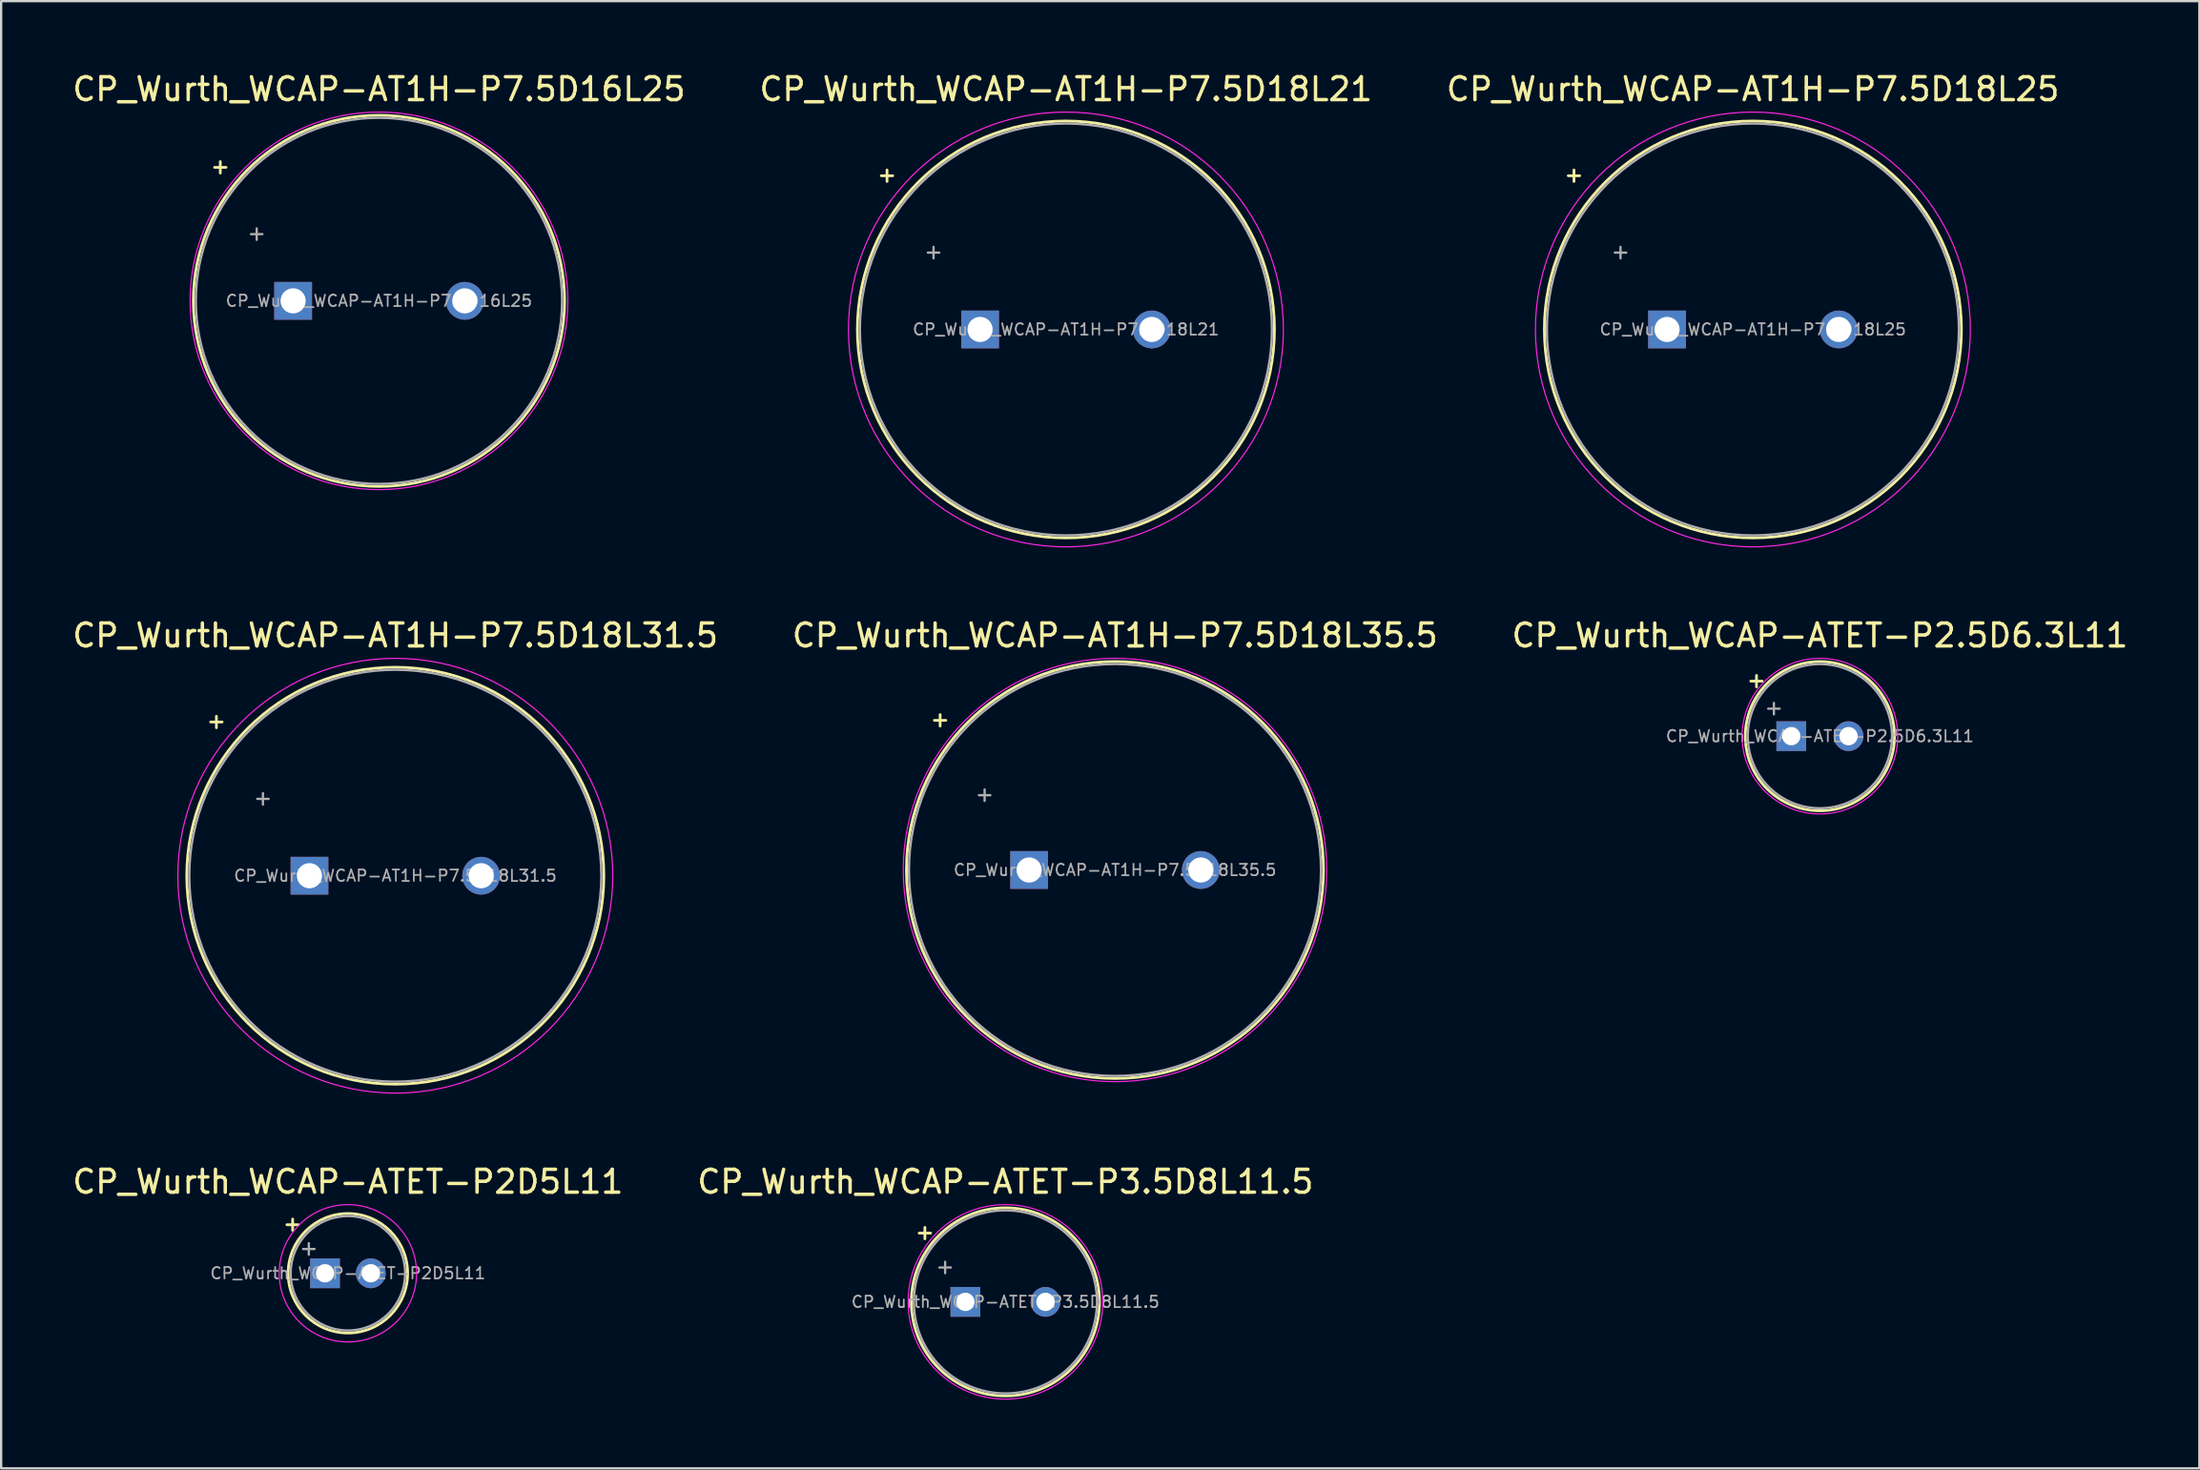
<source format=kicad_pcb>
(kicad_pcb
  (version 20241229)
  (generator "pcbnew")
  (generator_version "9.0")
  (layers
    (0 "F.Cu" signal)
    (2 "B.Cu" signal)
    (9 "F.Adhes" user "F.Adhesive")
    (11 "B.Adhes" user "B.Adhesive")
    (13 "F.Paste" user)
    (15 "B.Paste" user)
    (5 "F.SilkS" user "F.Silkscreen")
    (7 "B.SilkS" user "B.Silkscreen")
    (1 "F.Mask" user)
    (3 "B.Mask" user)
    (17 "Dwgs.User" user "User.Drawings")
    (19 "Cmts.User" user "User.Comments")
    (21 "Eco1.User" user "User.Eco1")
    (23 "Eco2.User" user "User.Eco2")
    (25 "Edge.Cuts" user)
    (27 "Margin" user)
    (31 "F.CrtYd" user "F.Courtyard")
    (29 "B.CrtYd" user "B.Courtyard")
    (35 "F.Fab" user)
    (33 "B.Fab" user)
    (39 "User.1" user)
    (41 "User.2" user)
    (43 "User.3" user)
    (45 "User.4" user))
  (footprint "CP_Wurth_WCAP-ATET-P2.5D6.3L11"
    (layer "F.Cu")
    (at 75.208 29.122)
    (property "Reference" "CP_Wurth_WCAP-ATET-P2.5D6.3L11" (at 1.25 -4.4 0) (unlocked yes) (layer "F.SilkS") (effects (font (size 1 1) (thickness 0.15))))
    (attr through_hole)
    (fp_line (start -1.77 -2.404) (end -1.27 -2.404) (stroke (width 0.12) (type solid)) (layer "F.SilkS"))
    (fp_line (start -1.52 -2.154) (end -1.52 -2.654) (stroke (width 0.12) (type solid)) (layer "F.SilkS"))
    (fp_circle (center 1.25 0) (end 4.51 0) (stroke (width 0.12) (type solid)) (fill no) (layer "F.SilkS"))
    (fp_circle (center 1.25 0) (end 4.65 0) (stroke (width 0.05) (type solid)) (fill no) (layer "F.CrtYd"))
    (fp_line (start -1.01 -1.202) (end -0.51 -1.202) (stroke (width 0.1) (type default)) (layer "F.Fab"))
    (fp_line (start -0.76 -0.952) (end -0.76 -1.452) (stroke (width 0.1) (type default)) (layer "F.Fab"))
    (fp_circle (center 1.25 0) (end 4.4 0) (stroke (width 0.1) (type solid)) (fill no) (layer "F.Fab"))
    (fp_text user "${REFERENCE}" (at 1.25 0 0) (unlocked yes) (layer "F.Fab") (effects (font (size 0.5 0.5) (thickness 0.075))))
    (pad "1" thru_hole rect (at 0 0) (size 1.3 1.3) (drill 0.8) (layers "*.Cu" "*.Mask"))
    (pad "2" thru_hole circle (at 2.5 0) (size 1.3 1.3) (drill 0.8) (layers "*.Cu" "*.Mask")))
  (footprint "CP_Wurth_WCAP-AT1H-P7.5D16L25"
    (layer "F.Cu")
    (at 9.756 10.098)
    (property "Reference" "CP_Wurth_WCAP-AT1H-P7.5D16L25" (at 3.75 -9.25 0) (unlocked yes) (layer "F.SilkS") (effects (font (size 1 1) (thickness 0.15))))
    (attr through_hole)
    (fp_line (start -3.432 -5.834) (end -2.932 -5.834) (stroke (width 0.12) (type solid)) (layer "F.SilkS"))
    (fp_line (start -3.182 -5.584) (end -3.182 -6.084) (stroke (width 0.12) (type solid)) (layer "F.SilkS"))
    (fp_circle (center 3.75 0) (end 11.86 0) (stroke (width 0.12) (type solid)) (fill no) (layer "F.SilkS"))
    (fp_circle (center 3.75 0) (end 12 0) (stroke (width 0.05) (type solid)) (fill no) (layer "F.CrtYd"))
    (fp_line (start -1.841 -2.917) (end -1.341 -2.917) (stroke (width 0.1) (type default)) (layer "F.Fab"))
    (fp_line (start -1.591 -2.667) (end -1.591 -3.167) (stroke (width 0.1) (type default)) (layer "F.Fab"))
    (fp_circle (center 3.75 0) (end 11.75 0) (stroke (width 0.1) (type solid)) (fill no) (layer "F.Fab"))
    (fp_text user "${REFERENCE}" (at 3.75 0 0) (unlocked yes) (layer "F.Fab") (effects (font (size 0.5 0.5) (thickness 0.075))))
    (pad "1" thru_hole rect (at 0 0) (size 1.65 1.65) (drill 1.1) (layers "*.Cu" "*.Mask"))
    (pad "2" thru_hole circle (at 7.5 0) (size 1.65 1.65) (drill 1.1) (layers "*.Cu" "*.Mask")))
  (footprint "CP_Wurth_WCAP-AT1H-P7.5D18L21"
    (layer "F.Cu")
    (at 39.768 11.348)
    (property "Reference" "CP_Wurth_WCAP-AT1H-P7.5D18L21" (at 3.75 -10.5 0) (unlocked yes) (layer "F.SilkS") (effects (font (size 1 1) (thickness 0.15))))
    (attr through_hole)
    (fp_line (start -4.316 -6.718) (end -3.816 -6.718) (stroke (width 0.12) (type solid)) (layer "F.SilkS"))
    (fp_line (start -4.066 -6.468) (end -4.066 -6.968) (stroke (width 0.12) (type solid)) (layer "F.SilkS"))
    (fp_circle (center 3.75 0) (end 12.86 0) (stroke (width 0.12) (type solid)) (fill no) (layer "F.SilkS"))
    (fp_circle (center 3.75 0) (end 13.25 0) (stroke (width 0.05) (type solid)) (fill no) (layer "F.CrtYd"))
    (fp_line (start -2.283 -3.359) (end -1.783 -3.359) (stroke (width 0.1) (type default)) (layer "F.Fab"))
    (fp_line (start -2.033 -3.109) (end -2.033 -3.609) (stroke (width 0.1) (type default)) (layer "F.Fab"))
    (fp_circle (center 3.75 0) (end 12.75 0) (stroke (width 0.1) (type solid)) (fill no) (layer "F.Fab"))
    (fp_text user "${REFERENCE}" (at 3.75 0 0) (unlocked yes) (layer "F.Fab") (effects (font (size 0.5 0.5) (thickness 0.075))))
    (pad "1" thru_hole rect (at 0 0) (size 1.65 1.65) (drill 1.1) (layers "*.Cu" "*.Mask"))
    (pad "2" thru_hole circle (at 7.5 0) (size 1.65 1.65) (drill 1.1) (layers "*.Cu" "*.Mask")))
  (footprint "CP_Wurth_WCAP-AT1H-P7.5D18L25"
    (layer "F.Cu")
    (at 69.78 11.348)
    (property "Reference" "CP_Wurth_WCAP-AT1H-P7.5D18L25" (at 3.75 -10.5 0) (unlocked yes) (layer "F.SilkS") (effects (font (size 1 1) (thickness 0.15))))
    (attr through_hole)
    (fp_line (start -4.316 -6.718) (end -3.816 -6.718) (stroke (width 0.12) (type solid)) (layer "F.SilkS"))
    (fp_line (start -4.066 -6.468) (end -4.066 -6.968) (stroke (width 0.12) (type solid)) (layer "F.SilkS"))
    (fp_circle (center 3.75 0) (end 12.86 0) (stroke (width 0.12) (type solid)) (fill no) (layer "F.SilkS"))
    (fp_circle (center 3.75 0) (end 13.25 0) (stroke (width 0.05) (type solid)) (fill no) (layer "F.CrtYd"))
    (fp_line (start -2.283 -3.359) (end -1.783 -3.359) (stroke (width 0.1) (type default)) (layer "F.Fab"))
    (fp_line (start -2.033 -3.109) (end -2.033 -3.609) (stroke (width 0.1) (type default)) (layer "F.Fab"))
    (fp_circle (center 3.75 0) (end 12.75 0) (stroke (width 0.1) (type solid)) (fill no) (layer "F.Fab"))
    (fp_text user "${REFERENCE}" (at 3.75 0 0) (unlocked yes) (layer "F.Fab") (effects (font (size 0.5 0.5) (thickness 0.075))))
    (pad "1" thru_hole rect (at 0 0) (size 1.65 1.65) (drill 1.1) (layers "*.Cu" "*.Mask"))
    (pad "2" thru_hole circle (at 7.5 0) (size 1.65 1.65) (drill 1.1) (layers "*.Cu" "*.Mask")))
  (footprint "CP_Wurth_WCAP-AT1H-P7.5D18L35.5"
    (layer "F.Cu")
    (at 41.911 34.971)
    (property "Reference" "CP_Wurth_WCAP-AT1H-P7.5D18L35.5" (at 3.75 -10.25 0) (unlocked yes) (layer "F.SilkS") (effects (font (size 1 1) (thickness 0.15))))
    (attr through_hole)
    (fp_line (start -4.139 -6.541) (end -3.639 -6.541) (stroke (width 0.12) (type solid)) (layer "F.SilkS"))
    (fp_line (start -3.889 -6.291) (end -3.889 -6.791) (stroke (width 0.12) (type solid)) (layer "F.SilkS"))
    (fp_circle (center 3.75 0) (end 12.86 0) (stroke (width 0.12) (type solid)) (fill no) (layer "F.SilkS"))
    (fp_circle (center 3.75 0) (end 13 0) (stroke (width 0.05) (type solid)) (fill no) (layer "F.CrtYd"))
    (fp_line (start -2.195 -3.27) (end -1.695 -3.27) (stroke (width 0.1) (type default)) (layer "F.Fab"))
    (fp_line (start -1.945 -3.02) (end -1.945 -3.52) (stroke (width 0.1) (type default)) (layer "F.Fab"))
    (fp_circle (center 3.75 0) (end 12.75 0) (stroke (width 0.1) (type solid)) (fill no) (layer "F.Fab"))
    (fp_text user "${REFERENCE}" (at 3.75 0 0) (unlocked yes) (layer "F.Fab") (effects (font (size 0.5 0.5) (thickness 0.075))))
    (pad "1" thru_hole rect (at 0 0) (size 1.65 1.65) (drill 1.1) (layers "*.Cu" "*.Mask"))
    (pad "2" thru_hole circle (at 7.5 0) (size 1.65 1.65) (drill 1.1) (layers "*.Cu" "*.Mask")))
  (footprint "CP_Wurth_WCAP-ATET-P2D5L11"
    (layer "F.Cu")
    (at 11.149 52.595)
    (property "Reference" "CP_Wurth_WCAP-ATET-P2D5L11" (at 1 -4 0) (unlocked yes) (layer "F.SilkS") (effects (font (size 1 1) (thickness 0.15))))
    (attr through_hole)
    (fp_line (start -1.664 -2.121) (end -1.164 -2.121) (stroke (width 0.12) (type solid)) (layer "F.SilkS"))
    (fp_line (start -1.414 -1.871) (end -1.414 -2.371) (stroke (width 0.12) (type solid)) (layer "F.SilkS"))
    (fp_circle (center 1 0) (end 3.61 0) (stroke (width 0.12) (type solid)) (fill no) (layer "F.SilkS"))
    (fp_circle (center 1 0) (end 4 0) (stroke (width 0.05) (type solid)) (fill no) (layer "F.CrtYd"))
    (fp_line (start -0.957 -1.061) (end -0.457 -1.061) (stroke (width 0.1) (type default)) (layer "F.Fab"))
    (fp_line (start -0.707 -0.811) (end -0.707 -1.311) (stroke (width 0.1) (type default)) (layer "F.Fab"))
    (fp_circle (center 1 0) (end 3.5 0) (stroke (width 0.1) (type solid)) (fill no) (layer "F.Fab"))
    (fp_text user "${REFERENCE}" (at 1 0 0) (unlocked yes) (layer "F.Fab") (effects (font (size 0.5 0.5) (thickness 0.075))))
    (pad "1" thru_hole rect (at 0 0) (size 1.3 1.3) (drill 0.8) (layers "*.Cu" "*.Mask"))
    (pad "2" thru_hole circle (at 2 0) (size 1.3 1.3) (drill 0.8) (layers "*.Cu" "*.Mask")))
  (footprint "CP_Wurth_WCAP-ATET-P3.5D8L11.5"
    (layer "F.Cu")
    (at 39.125 53.845)
    (property "Reference" "CP_Wurth_WCAP-ATET-P3.5D8L11.5" (at 1.75 -5.25 0) (unlocked yes) (layer "F.SilkS") (effects (font (size 1 1) (thickness 0.15))))
    (attr through_hole)
    (fp_line (start -2.018 -3.005) (end -1.518 -3.005) (stroke (width 0.12) (type solid)) (layer "F.SilkS"))
    (fp_line (start -1.768 -2.755) (end -1.768 -3.255) (stroke (width 0.12) (type solid)) (layer "F.SilkS"))
    (fp_circle (center 1.75 0) (end 5.86 0) (stroke (width 0.12) (type solid)) (fill no) (layer "F.SilkS"))
    (fp_circle (center 1.75 0) (end 6 0) (stroke (width 0.05) (type solid)) (fill no) (layer "F.CrtYd"))
    (fp_line (start -1.134 -1.503) (end -0.634 -1.503) (stroke (width 0.1) (type default)) (layer "F.Fab"))
    (fp_line (start -0.884 -1.253) (end -0.884 -1.753) (stroke (width 0.1) (type default)) (layer "F.Fab"))
    (fp_circle (center 1.75 0) (end 5.75 0) (stroke (width 0.1) (type solid)) (fill no) (layer "F.Fab"))
    (fp_text user "${REFERENCE}" (at 1.75 0 0) (unlocked yes) (layer "F.Fab") (effects (font (size 0.5 0.5) (thickness 0.075))))
    (pad "1" thru_hole rect (at 0 0) (size 1.3 1.3) (drill 0.8) (layers "*.Cu" "*.Mask"))
    (pad "2" thru_hole circle (at 3.5 0) (size 1.3 1.3) (drill 0.8) (layers "*.Cu" "*.Mask")))
  (footprint "CP_Wurth_WCAP-AT1H-P7.5D18L31.5"
    (layer "F.Cu")
    (at 10.47 35.221)
    (property "Reference" "CP_Wurth_WCAP-AT1H-P7.5D18L31.5" (at 3.75 -10.5 0) (unlocked yes) (layer "F.SilkS") (effects (font (size 1 1) (thickness 0.15))))
    (attr through_hole)
    (fp_line (start -4.316 -6.718) (end -3.816 -6.718) (stroke (width 0.12) (type solid)) (layer "F.SilkS"))
    (fp_line (start -4.066 -6.468) (end -4.066 -6.968) (stroke (width 0.12) (type solid)) (layer "F.SilkS"))
    (fp_circle (center 3.75 0) (end 12.86 0) (stroke (width 0.12) (type solid)) (fill no) (layer "F.SilkS"))
    (fp_circle (center 3.75 0) (end 13.25 0) (stroke (width 0.05) (type solid)) (fill no) (layer "F.CrtYd"))
    (fp_line (start -2.283 -3.359) (end -1.783 -3.359) (stroke (width 0.1) (type default)) (layer "F.Fab"))
    (fp_line (start -2.033 -3.109) (end -2.033 -3.609) (stroke (width 0.1) (type default)) (layer "F.Fab"))
    (fp_circle (center 3.75 0) (end 12.75 0) (stroke (width 0.1) (type solid)) (fill no) (layer "F.Fab"))
    (fp_text user "${REFERENCE}" (at 3.75 0 0) (unlocked yes) (layer "F.Fab") (effects (font (size 0.5 0.5) (thickness 0.075))))
    (pad "1" thru_hole rect (at 0 0) (size 1.65 1.65) (drill 1.1) (layers "*.Cu" "*.Mask"))
    (pad "2" thru_hole circle (at 7.5 0) (size 1.65 1.65) (drill 1.1) (layers "*.Cu" "*.Mask")))
  (gr_rect
    (start -3 -3)
    (end 93.036 61.12)
    (stroke (width 0.1) (type default))
    (fill no)
    (layer "Edge.Cuts")))
</source>
